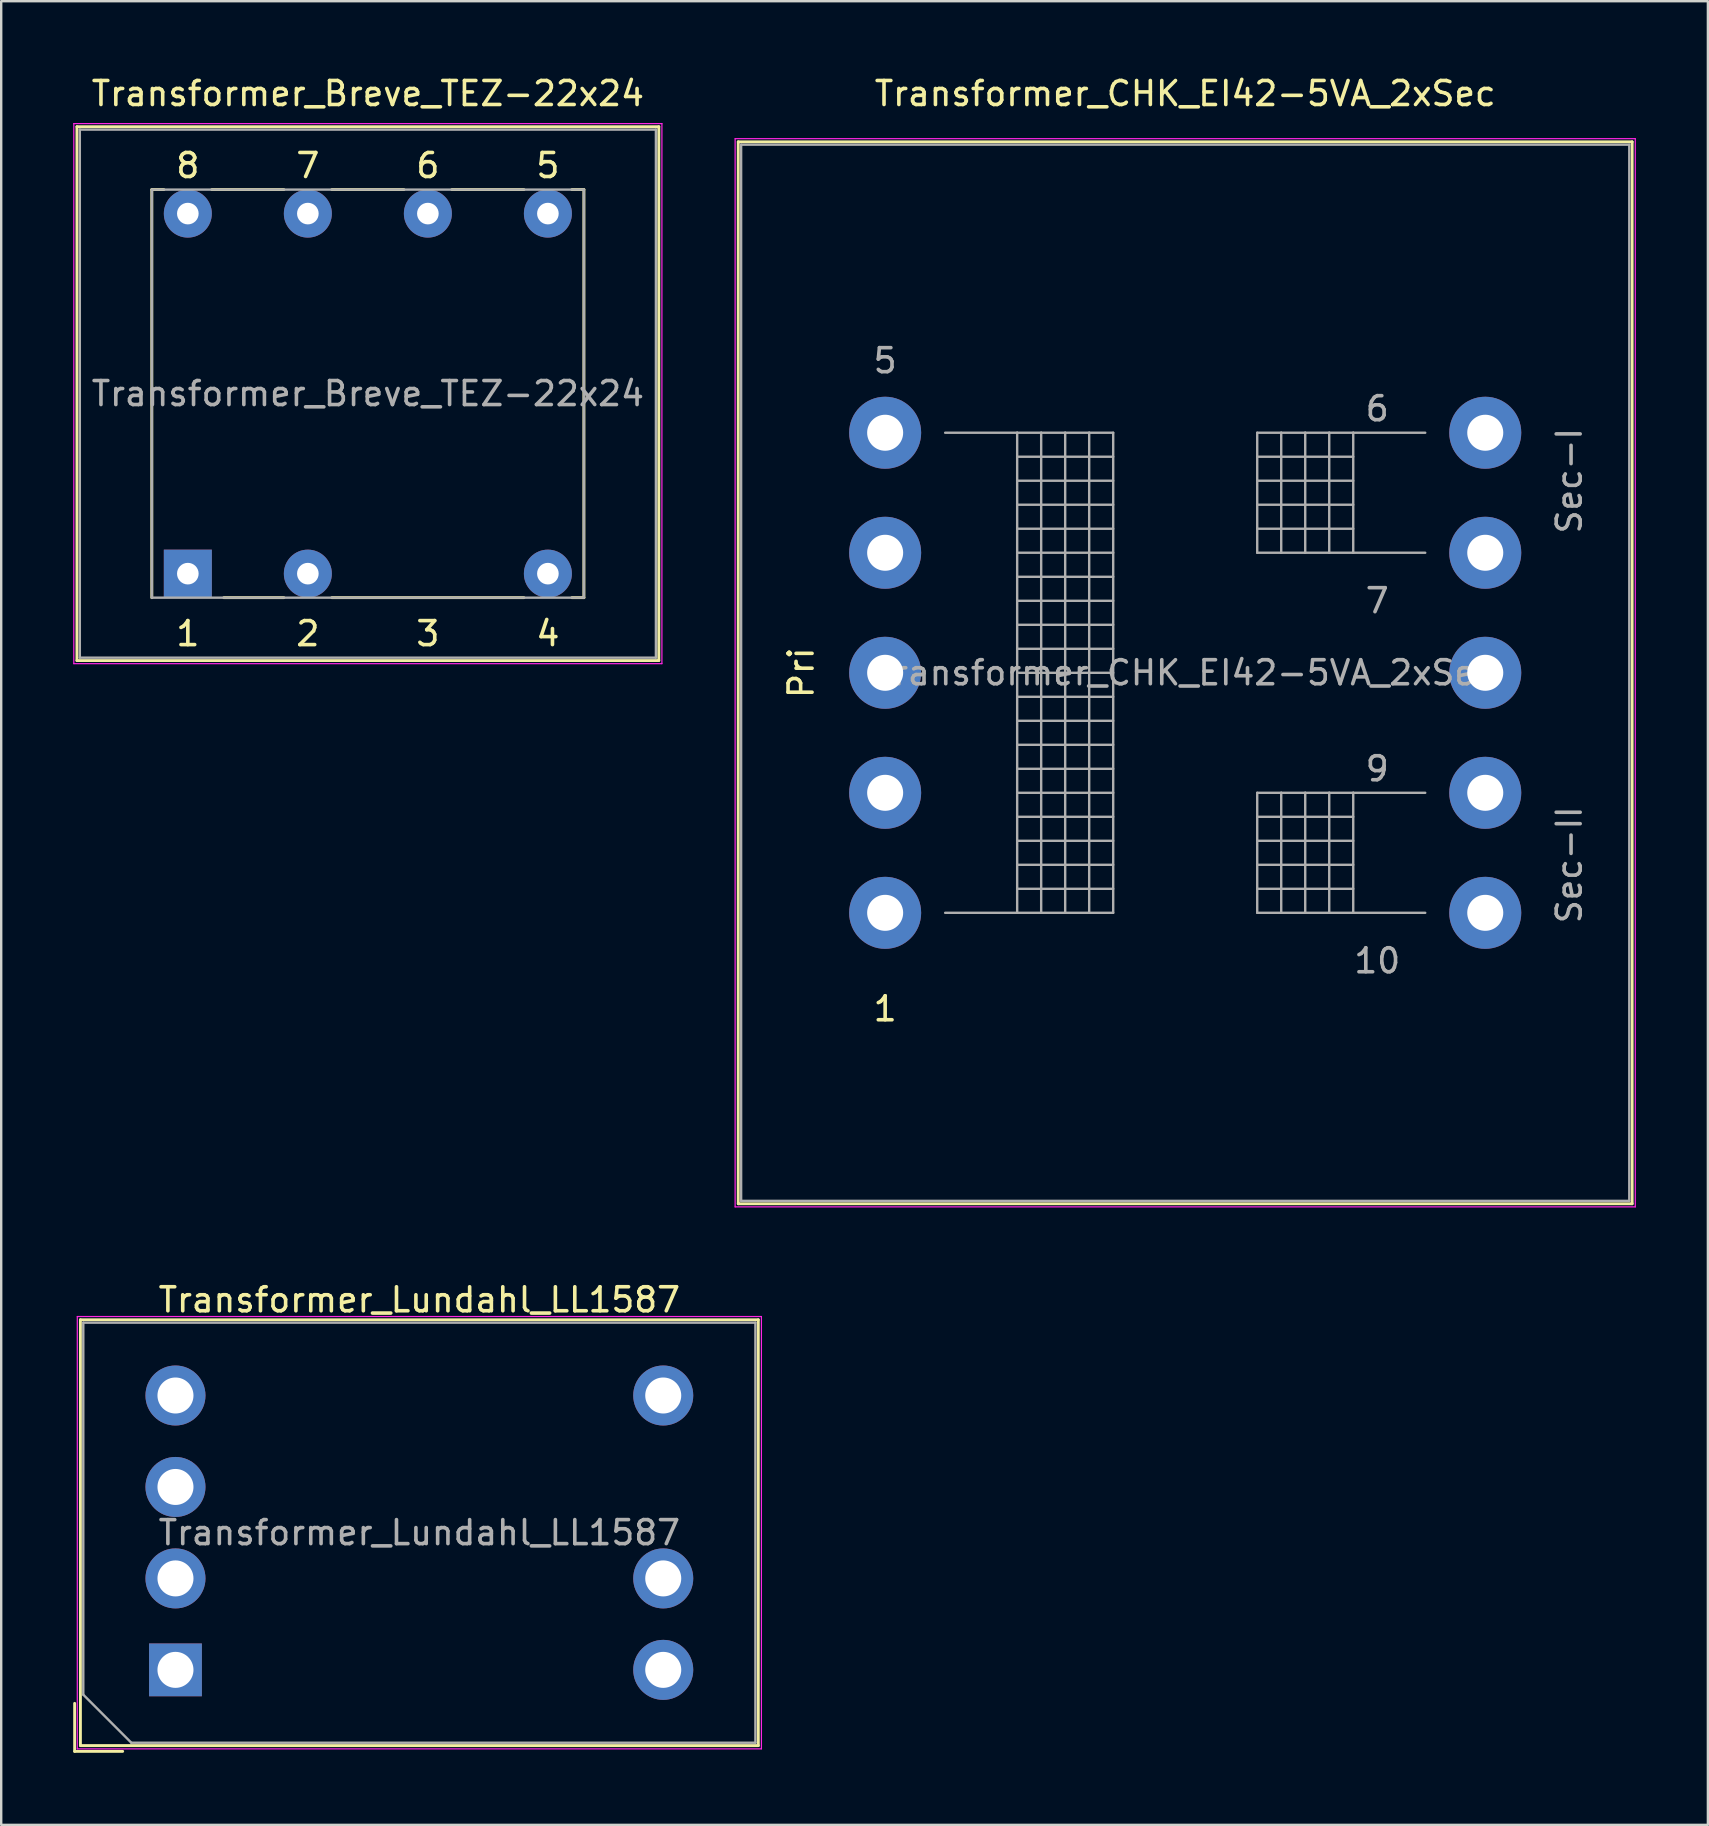
<source format=kicad_pcb>
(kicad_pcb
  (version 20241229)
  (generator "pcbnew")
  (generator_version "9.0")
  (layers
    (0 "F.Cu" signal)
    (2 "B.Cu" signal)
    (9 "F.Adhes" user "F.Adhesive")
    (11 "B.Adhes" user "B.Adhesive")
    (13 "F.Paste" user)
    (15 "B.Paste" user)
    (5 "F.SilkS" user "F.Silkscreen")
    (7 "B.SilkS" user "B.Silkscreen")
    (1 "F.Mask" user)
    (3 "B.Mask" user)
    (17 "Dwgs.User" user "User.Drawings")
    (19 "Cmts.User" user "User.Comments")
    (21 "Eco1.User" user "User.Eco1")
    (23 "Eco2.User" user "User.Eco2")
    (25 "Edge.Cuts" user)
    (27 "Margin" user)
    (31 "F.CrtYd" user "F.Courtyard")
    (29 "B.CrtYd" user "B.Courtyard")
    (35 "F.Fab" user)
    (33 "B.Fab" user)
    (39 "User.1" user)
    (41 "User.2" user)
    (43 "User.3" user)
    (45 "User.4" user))
  (footprint "Transformer_Lundahl_LL1587"
    (layer "F.Cu")
    (at 4.26 66.516)
    (property "Reference" "Transformer_Lundahl_LL1587" (at 10.16 -15.415 0) (layer "F.SilkS") (effects (font (size 1 1) (thickness 0.15))))
    (attr through_hole)
    (fp_line (start -4.2 3.395) (end -4.2 1.395) (stroke (width 0.12) (type solid)) (layer "F.SilkS"))
    (fp_line (start -4.2 3.395) (end -2.2 3.395) (stroke (width 0.12) (type solid)) (layer "F.SilkS"))
    (fp_line (start -3.96 -14.585) (end -3.96 3.155) (stroke (width 0.12) (type solid)) (layer "F.SilkS"))
    (fp_line (start -3.96 -14.585) (end 24.28 -14.585) (stroke (width 0.12) (type solid)) (layer "F.SilkS"))
    (fp_line (start -3.96 3.155) (end 24.28 3.155) (stroke (width 0.12) (type solid)) (layer "F.SilkS"))
    (fp_line (start 24.28 -14.585) (end 24.28 3.155) (stroke (width 0.12) (type solid)) (layer "F.SilkS"))
    (fp_line (start -4.09 3.29) (end -4.09 -14.72) (stroke (width 0.05) (type solid)) (layer "F.CrtYd"))
    (fp_line (start 24.41 -14.72) (end -4.09 -14.72) (stroke (width 0.05) (type solid)) (layer "F.CrtYd"))
    (fp_line (start 24.41 3.29) (end -4.09 3.29) (stroke (width 0.05) (type solid)) (layer "F.CrtYd"))
    (fp_line (start 24.41 3.29) (end 24.41 -14.72) (stroke (width 0.05) (type solid)) (layer "F.CrtYd"))
    (fp_line (start -3.84 -14.465) (end -3.84 1.035) (stroke (width 0.1) (type solid)) (layer "F.Fab"))
    (fp_line (start -1.84 3.035) (end -3.84 1.035) (stroke (width 0.1) (type solid)) (layer "F.Fab"))
    (fp_line (start -1.84 3.035) (end 24.16 3.035) (stroke (width 0.1) (type solid)) (layer "F.Fab"))
    (fp_line (start 24.16 -14.465) (end -3.84 -14.465) (stroke (width 0.1) (type solid)) (layer "F.Fab"))
    (fp_line (start 24.16 3.035) (end 24.16 -14.465) (stroke (width 0.1) (type solid)) (layer "F.Fab"))
    (fp_text user "${REFERENCE}" (at 10.16 -5.715 0) (layer "F.Fab") (effects (font (size 1 1) (thickness 0.15))))
    (pad "1" thru_hole rect (at 0 0) (size 2.2 2.2) (drill 1.5) (layers "*.Cu" "*.Mask"))
    (pad "2" thru_hole circle (at 0 -3.81) (size 2.5 2.5) (drill 1.5) (layers "*.Cu" "*.Mask"))
    (pad "3" thru_hole circle (at 0 -7.62) (size 2.5 2.5) (drill 1.5) (layers "*.Cu" "*.Mask"))
    (pad "4" thru_hole circle (at 0 -11.43) (size 2.5 2.5) (drill 1.5) (layers "*.Cu" "*.Mask"))
    (pad "5" thru_hole circle (at 20.32 0) (size 2.5 2.5) (drill 1.5) (layers "*.Cu" "*.Mask"))
    (pad "6" thru_hole circle (at 20.32 -3.81) (size 2.5 2.5) (drill 1.5) (layers "*.Cu" "*.Mask"))
    (pad "8" thru_hole circle (at 20.32 -11.43) (size 2.5 2.5) (drill 1.5) (layers "*.Cu" "*.Mask")))
  (footprint "Transformer_CHK_EI42-5VA_2xSec"
    (layer "F.Cu")
    (at 33.825 34.978)
    (property "Reference" "Transformer_CHK_EI42-5VA_2xSec" (at 12.5 -34.13 0) (layer "F.SilkS") (effects (font (size 1 1) (thickness 0.15))))
    (attr through_hole)
    (fp_line (start -6.12 -32.12) (end -6.12 12.12) (stroke (width 0.12) (type solid)) (layer "F.SilkS"))
    (fp_line (start -6.12 -32.12) (end 31.12 -32.12) (stroke (width 0.12) (type solid)) (layer "F.SilkS"))
    (fp_line (start 31.12 12.12) (end -6.12 12.12) (stroke (width 0.12) (type solid)) (layer "F.SilkS"))
    (fp_line (start 31.12 12.12) (end 31.12 -32.12) (stroke (width 0.12) (type solid)) (layer "F.SilkS"))
    (fp_line (start -6.25 -32.25) (end -6.25 12.25) (stroke (width 0.05) (type solid)) (layer "F.CrtYd"))
    (fp_line (start -6.25 -32.25) (end 31.25 -32.25) (stroke (width 0.05) (type solid)) (layer "F.CrtYd"))
    (fp_line (start 31.25 12.25) (end -6.25 12.25) (stroke (width 0.05) (type solid)) (layer "F.CrtYd"))
    (fp_line (start 31.25 12.25) (end 31.25 -32.25) (stroke (width 0.05) (type solid)) (layer "F.CrtYd"))
    (fp_line (start -6 -32) (end -6 12) (stroke (width 0.1) (type solid)) (layer "F.Fab"))
    (fp_line (start -6 12) (end 31 12) (stroke (width 0.1) (type solid)) (layer "F.Fab"))
    (fp_line (start 2.5 -20) (end 5.5 -20) (stroke (width 0.1) (type solid)) (layer "F.Fab"))
    (fp_line (start 5.5 -20) (end 5.5 0) (stroke (width 0.1) (type solid)) (layer "F.Fab"))
    (fp_line (start 5.5 -20) (end 6.5 -20) (stroke (width 0.1) (type solid)) (layer "F.Fab"))
    (fp_line (start 5.5 -19) (end 9.5 -19) (stroke (width 0.1) (type solid)) (layer "F.Fab"))
    (fp_line (start 5.5 -18) (end 9.5 -18) (stroke (width 0.1) (type solid)) (layer "F.Fab"))
    (fp_line (start 5.5 -17) (end 9.5 -17) (stroke (width 0.1) (type solid)) (layer "F.Fab"))
    (fp_line (start 5.5 -16) (end 9.5 -16) (stroke (width 0.1) (type solid)) (layer "F.Fab"))
    (fp_line (start 5.5 -15) (end 9.5 -15) (stroke (width 0.1) (type solid)) (layer "F.Fab"))
    (fp_line (start 5.5 -14) (end 9.5 -14) (stroke (width 0.1) (type solid)) (layer "F.Fab"))
    (fp_line (start 5.5 -13) (end 9.5 -13) (stroke (width 0.1) (type solid)) (layer "F.Fab"))
    (fp_line (start 5.5 -12) (end 9.5 -12) (stroke (width 0.1) (type solid)) (layer "F.Fab"))
    (fp_line (start 5.5 -11) (end 9.5 -11) (stroke (width 0.1) (type solid)) (layer "F.Fab"))
    (fp_line (start 5.5 -10) (end 9.5 -10) (stroke (width 0.1) (type solid)) (layer "F.Fab"))
    (fp_line (start 5.5 -9) (end 9.5 -9) (stroke (width 0.1) (type solid)) (layer "F.Fab"))
    (fp_line (start 5.5 -8) (end 9.5 -8) (stroke (width 0.1) (type solid)) (layer "F.Fab"))
    (fp_line (start 5.5 -7) (end 9.5 -7) (stroke (width 0.1) (type solid)) (layer "F.Fab"))
    (fp_line (start 5.5 -6) (end 9.5 -6) (stroke (width 0.1) (type solid)) (layer "F.Fab"))
    (fp_line (start 5.5 -5) (end 9.5 -5) (stroke (width 0.1) (type solid)) (layer "F.Fab"))
    (fp_line (start 5.5 -4) (end 9.5 -4) (stroke (width 0.1) (type solid)) (layer "F.Fab"))
    (fp_line (start 5.5 -3) (end 9.5 -3) (stroke (width 0.1) (type solid)) (layer "F.Fab"))
    (fp_line (start 5.5 -2) (end 9.5 -2) (stroke (width 0.1) (type solid)) (layer "F.Fab"))
    (fp_line (start 5.5 -1) (end 9.5 -1) (stroke (width 0.1) (type solid)) (layer "F.Fab"))
    (fp_line (start 5.5 0) (end 2.5 0) (stroke (width 0.1) (type solid)) (layer "F.Fab"))
    (fp_line (start 6.5 -20) (end 6.5 0) (stroke (width 0.1) (type solid)) (layer "F.Fab"))
    (fp_line (start 6.5 -20) (end 7.5 -20) (stroke (width 0.1) (type solid)) (layer "F.Fab"))
    (fp_line (start 6.5 0) (end 5.5 0) (stroke (width 0.1) (type solid)) (layer "F.Fab"))
    (fp_line (start 7.5 -20) (end 7.5 0) (stroke (width 0.1) (type solid)) (layer "F.Fab"))
    (fp_line (start 7.5 -20) (end 8.5 -20) (stroke (width 0.1) (type solid)) (layer "F.Fab"))
    (fp_line (start 7.5 0) (end 6.5 0) (stroke (width 0.1) (type solid)) (layer "F.Fab"))
    (fp_line (start 8.5 -20) (end 8.5 0) (stroke (width 0.1) (type solid)) (layer "F.Fab"))
    (fp_line (start 8.5 -20) (end 9.5 -20) (stroke (width 0.1) (type solid)) (layer "F.Fab"))
    (fp_line (start 8.5 0) (end 7.5 0) (stroke (width 0.1) (type solid)) (layer "F.Fab"))
    (fp_line (start 9.5 -20) (end 9.5 0) (stroke (width 0.1) (type solid)) (layer "F.Fab"))
    (fp_line (start 9.5 0) (end 8.5 0) (stroke (width 0.1) (type solid)) (layer "F.Fab"))
    (fp_line (start 15.5 -20) (end 15.5 -15) (stroke (width 0.1) (type solid)) (layer "F.Fab"))
    (fp_line (start 15.5 -19) (end 19.5 -19) (stroke (width 0.1) (type solid)) (layer "F.Fab"))
    (fp_line (start 15.5 -17) (end 19.5 -17) (stroke (width 0.1) (type solid)) (layer "F.Fab"))
    (fp_line (start 15.5 -15) (end 16.5 -15) (stroke (width 0.1) (type solid)) (layer "F.Fab"))
    (fp_line (start 15.5 -5) (end 15.5 0) (stroke (width 0.1) (type solid)) (layer "F.Fab"))
    (fp_line (start 15.5 -4) (end 19.5 -4) (stroke (width 0.1) (type solid)) (layer "F.Fab"))
    (fp_line (start 15.5 -3) (end 19.5 -3) (stroke (width 0.1) (type solid)) (layer "F.Fab"))
    (fp_line (start 15.5 -2) (end 19.5 -2) (stroke (width 0.1) (type solid)) (layer "F.Fab"))
    (fp_line (start 15.5 -1) (end 19.5 -1) (stroke (width 0.1) (type solid)) (layer "F.Fab"))
    (fp_line (start 15.5 0) (end 16.5 0) (stroke (width 0.1) (type solid)) (layer "F.Fab"))
    (fp_line (start 16.5 -20) (end 15.5 -20) (stroke (width 0.1) (type solid)) (layer "F.Fab"))
    (fp_line (start 16.5 -20) (end 16.5 -15) (stroke (width 0.1) (type solid)) (layer "F.Fab"))
    (fp_line (start 16.5 -15) (end 17.5 -15) (stroke (width 0.1) (type solid)) (layer "F.Fab"))
    (fp_line (start 16.5 -5) (end 15.5 -5) (stroke (width 0.1) (type solid)) (layer "F.Fab"))
    (fp_line (start 16.5 -5) (end 16.5 0) (stroke (width 0.1) (type solid)) (layer "F.Fab"))
    (fp_line (start 16.5 0) (end 17.5 0) (stroke (width 0.1) (type solid)) (layer "F.Fab"))
    (fp_line (start 17.5 -20) (end 16.5 -20) (stroke (width 0.1) (type solid)) (layer "F.Fab"))
    (fp_line (start 17.5 -20) (end 17.5 -15) (stroke (width 0.1) (type solid)) (layer "F.Fab"))
    (fp_line (start 17.5 -15) (end 18.5 -15) (stroke (width 0.1) (type solid)) (layer "F.Fab"))
    (fp_line (start 17.5 -5) (end 16.5 -5) (stroke (width 0.1) (type solid)) (layer "F.Fab"))
    (fp_line (start 17.5 -5) (end 17.5 0) (stroke (width 0.1) (type solid)) (layer "F.Fab"))
    (fp_line (start 17.5 0) (end 18.5 0) (stroke (width 0.1) (type solid)) (layer "F.Fab"))
    (fp_line (start 18.5 -20) (end 17.5 -20) (stroke (width 0.1) (type solid)) (layer "F.Fab"))
    (fp_line (start 18.5 -20) (end 18.5 -15) (stroke (width 0.1) (type solid)) (layer "F.Fab"))
    (fp_line (start 18.5 -15) (end 19.5 -15) (stroke (width 0.1) (type solid)) (layer "F.Fab"))
    (fp_line (start 18.5 -5) (end 17.5 -5) (stroke (width 0.1) (type solid)) (layer "F.Fab"))
    (fp_line (start 18.5 -5) (end 18.5 0) (stroke (width 0.1) (type solid)) (layer "F.Fab"))
    (fp_line (start 18.5 0) (end 19.5 0) (stroke (width 0.1) (type solid)) (layer "F.Fab"))
    (fp_line (start 19.5 -20) (end 18.5 -20) (stroke (width 0.1) (type solid)) (layer "F.Fab"))
    (fp_line (start 19.5 -20) (end 19.5 -15) (stroke (width 0.1) (type solid)) (layer "F.Fab"))
    (fp_line (start 19.5 -18) (end 15.5 -18) (stroke (width 0.1) (type solid)) (layer "F.Fab"))
    (fp_line (start 19.5 -16) (end 15.5 -16) (stroke (width 0.1) (type solid)) (layer "F.Fab"))
    (fp_line (start 19.5 -15) (end 22.5 -15) (stroke (width 0.1) (type solid)) (layer "F.Fab"))
    (fp_line (start 19.5 -5) (end 18.5 -5) (stroke (width 0.1) (type solid)) (layer "F.Fab"))
    (fp_line (start 19.5 -5) (end 19.5 0) (stroke (width 0.1) (type solid)) (layer "F.Fab"))
    (fp_line (start 19.5 0) (end 22.5 0) (stroke (width 0.1) (type solid)) (layer "F.Fab"))
    (fp_line (start 22.5 -20) (end 19.5 -20) (stroke (width 0.1) (type solid)) (layer "F.Fab"))
    (fp_line (start 22.5 -5) (end 19.5 -5) (stroke (width 0.1) (type solid)) (layer "F.Fab"))
    (fp_line (start 31 -32) (end -6 -32) (stroke (width 0.1) (type solid)) (layer "F.Fab"))
    (fp_line (start 31 12) (end 31 -32) (stroke (width 0.1) (type solid)) (layer "F.Fab"))
    (fp_text user "1" (at 0 4 0) (layer "F.SilkS") (effects (font (size 1 1) (thickness 0.15))))
    (fp_text user "Pri" (at -3.5 -10 90) (layer "F.SilkS") (effects (font (size 1 1) (thickness 0.15))))
    (fp_text user "5" (at 0 -23 0) (layer "F.Fab") (effects (font (size 1 1) (thickness 0.15))))
    (fp_text user "7" (at 20.5 -13 0) (layer "F.Fab") (effects (font (size 1 1) (thickness 0.15))))
    (fp_text user "Sec-II" (at 28.5 -2 90) (layer "F.Fab") (effects (font (size 1 1) (thickness 0.15))))
    (fp_text user "Sec-I" (at 28.5 -18 90) (layer "F.Fab") (effects (font (size 1 1) (thickness 0.15))))
    (fp_text user "${REFERENCE}" (at 12.5 -10 0) (layer "F.Fab") (effects (font (size 1 1) (thickness 0.15))))
    (fp_text user "6" (at 20.5 -21 0) (layer "F.Fab") (effects (font (size 1 1) (thickness 0.15))))
    (fp_text user "10" (at 20.5 2 0) (layer "F.Fab") (effects (font (size 1 1) (thickness 0.15))))
    (fp_text user "9" (at 20.5 -6 0) (layer "F.Fab") (effects (font (size 1 1) (thickness 0.15))))
    (pad "1" thru_hole circle (at 0 0) (size 3 3) (drill 1.5) (layers "*.Cu" "*.Mask"))
    (pad "2" thru_hole circle (at 0 -5) (size 3 3) (drill 1.5) (layers "*.Cu" "*.Mask"))
    (pad "3" thru_hole circle (at 0 -10) (size 3 3) (drill 1.5) (layers "*.Cu" "*.Mask"))
    (pad "4" thru_hole circle (at 0 -15) (size 3 3) (drill 1.5) (layers "*.Cu" "*.Mask"))
    (pad "5" thru_hole circle (at 0 -20) (size 3 3) (drill 1.5) (layers "*.Cu" "*.Mask"))
    (pad "6" thru_hole circle (at 25 -20) (size 3 3) (drill 1.5) (layers "*.Cu" "*.Mask"))
    (pad "7" thru_hole circle (at 25 -15) (size 3 3) (drill 1.5) (layers "*.Cu" "*.Mask"))
    (pad "8" thru_hole circle (at 25 -10) (size 3 3) (drill 1.5) (layers "*.Cu" "*.Mask"))
    (pad "9" thru_hole circle (at 25 -5) (size 3 3) (drill 1.5) (layers "*.Cu" "*.Mask"))
    (pad "10" thru_hole circle (at 25 0) (size 3 3) (drill 1.5) (layers "*.Cu" "*.Mask")))
  (footprint "Transformer_Breve_TEZ-22x24"
    (layer "F.Cu")
    (at 4.775 20.848)
    (property "Reference" "Transformer_Breve_TEZ-22x24" (at 7.5 -20 0) (layer "F.SilkS") (effects (font (size 1 1) (thickness 0.15))))
    (attr through_hole)
    (fp_line (start -4.62 -18.62) (end -4.62 3.62) (stroke (width 0.12) (type solid)) (layer "F.SilkS"))
    (fp_line (start -4.62 -18.62) (end 19.62 -18.62) (stroke (width 0.12) (type solid)) (layer "F.SilkS"))
    (fp_line (start -1.5 1) (end -1.5 -16) (stroke (width 0.12) (type solid)) (layer "F.SilkS"))
    (fp_line (start -1 -16) (end -1.5 -16) (stroke (width 0.12) (type solid)) (layer "F.SilkS"))
    (fp_line (start 1 -16) (end 4 -16) (stroke (width 0.12) (type solid)) (layer "F.SilkS"))
    (fp_line (start 4 1) (end 1.5 1) (stroke (width 0.12) (type solid)) (layer "F.SilkS"))
    (fp_line (start 6 -16) (end 9 -16) (stroke (width 0.12) (type solid)) (layer "F.SilkS"))
    (fp_line (start 6 1) (end 14 1) (stroke (width 0.12) (type solid)) (layer "F.SilkS"))
    (fp_line (start 11 -16) (end 14 -16) (stroke (width 0.12) (type solid)) (layer "F.SilkS"))
    (fp_line (start 16 -16) (end 16.5 -16) (stroke (width 0.12) (type solid)) (layer "F.SilkS"))
    (fp_line (start 16 1) (end 16.5 1) (stroke (width 0.12) (type solid)) (layer "F.SilkS"))
    (fp_line (start 16.5 1) (end 16.5 -16) (stroke (width 0.12) (type solid)) (layer "F.SilkS"))
    (fp_line (start 19.62 3.62) (end -4.62 3.62) (stroke (width 0.12) (type solid)) (layer "F.SilkS"))
    (fp_line (start 19.62 3.62) (end 19.62 -18.62) (stroke (width 0.12) (type solid)) (layer "F.SilkS"))
    (fp_line (start -4.75 -18.75) (end -4.75 3.75) (stroke (width 0.05) (type solid)) (layer "F.CrtYd"))
    (fp_line (start -4.75 -18.75) (end 19.75 -18.75) (stroke (width 0.05) (type solid)) (layer "F.CrtYd"))
    (fp_line (start 19.75 3.75) (end -4.75 3.75) (stroke (width 0.05) (type solid)) (layer "F.CrtYd"))
    (fp_line (start 19.75 3.75) (end 19.75 -18.75) (stroke (width 0.05) (type solid)) (layer "F.CrtYd"))
    (fp_line (start -4.5 -18.5) (end 19.5 -18.5) (stroke (width 0.1) (type solid)) (layer "F.Fab"))
    (fp_line (start -4.5 3.5) (end -4.5 -18.5) (stroke (width 0.1) (type solid)) (layer "F.Fab"))
    (fp_line (start -1.5 -16) (end 16.5 -16) (stroke (width 0.1) (type solid)) (layer "F.Fab"))
    (fp_line (start -1.5 1) (end -1.5 -16) (stroke (width 0.1) (type solid)) (layer "F.Fab"))
    (fp_line (start 16.5 -16) (end 16.5 1) (stroke (width 0.1) (type solid)) (layer "F.Fab"))
    (fp_line (start 16.5 1) (end -1.5 1) (stroke (width 0.1) (type solid)) (layer "F.Fab"))
    (fp_line (start 19.5 -18.5) (end 19.5 3.5) (stroke (width 0.1) (type solid)) (layer "F.Fab"))
    (fp_line (start 19.5 3.5) (end -4.5 3.5) (stroke (width 0.1) (type solid)) (layer "F.Fab"))
    (fp_text user "8" (at 0 -17 0) (layer "F.SilkS") (effects (font (size 1 1) (thickness 0.15))))
    (fp_text user "2" (at 5 2.5 0) (layer "F.SilkS") (effects (font (size 1 1) (thickness 0.15))))
    (fp_text user "3" (at 10 2.5 0) (layer "F.SilkS") (effects (font (size 1 1) (thickness 0.15))))
    (fp_text user "1" (at 0 2.5 0) (layer "F.SilkS") (effects (font (size 1 1) (thickness 0.15))))
    (fp_text user "4" (at 15 2.5 0) (layer "F.SilkS") (effects (font (size 1 1) (thickness 0.15))))
    (fp_text user "7" (at 5 -17 0) (layer "F.SilkS") (effects (font (size 1 1) (thickness 0.15))))
    (fp_text user "5" (at 15 -17 0) (layer "F.SilkS") (effects (font (size 1 1) (thickness 0.15))))
    (fp_text user "6" (at 10 -17 0) (layer "F.SilkS") (effects (font (size 1 1) (thickness 0.15))))
    (fp_text user "${REFERENCE}" (at 7.5 -7.5 0) (layer "F.Fab") (effects (font (size 1 1) (thickness 0.15))))
    (pad "1" thru_hole rect (at 0 0) (size 2 2) (drill 0.9) (layers "*.Cu" "*.Mask"))
    (pad "2" thru_hole circle (at 5 0) (size 2 2) (drill 0.9) (layers "*.Cu" "*.Mask"))
    (pad "4" thru_hole circle (at 15 0) (size 2 2) (drill 0.9) (layers "*.Cu" "*.Mask"))
    (pad "5" thru_hole circle (at 15 -15) (size 2 2) (drill 0.9) (layers "*.Cu" "*.Mask"))
    (pad "6" thru_hole circle (at 10 -15) (size 2 2) (drill 0.9) (layers "*.Cu" "*.Mask"))
    (pad "7" thru_hole circle (at 5 -15) (size 2 2) (drill 0.9) (layers "*.Cu" "*.Mask"))
    (pad "8" thru_hole circle (at 0 -15) (size 2 2) (drill 0.9) (layers "*.Cu" "*.Mask")))
  (gr_rect
    (start -3 -3)
    (end 68.1 72.972)
    (stroke (width 0.1) (type default))
    (fill no)
    (layer "Edge.Cuts")))
</source>
